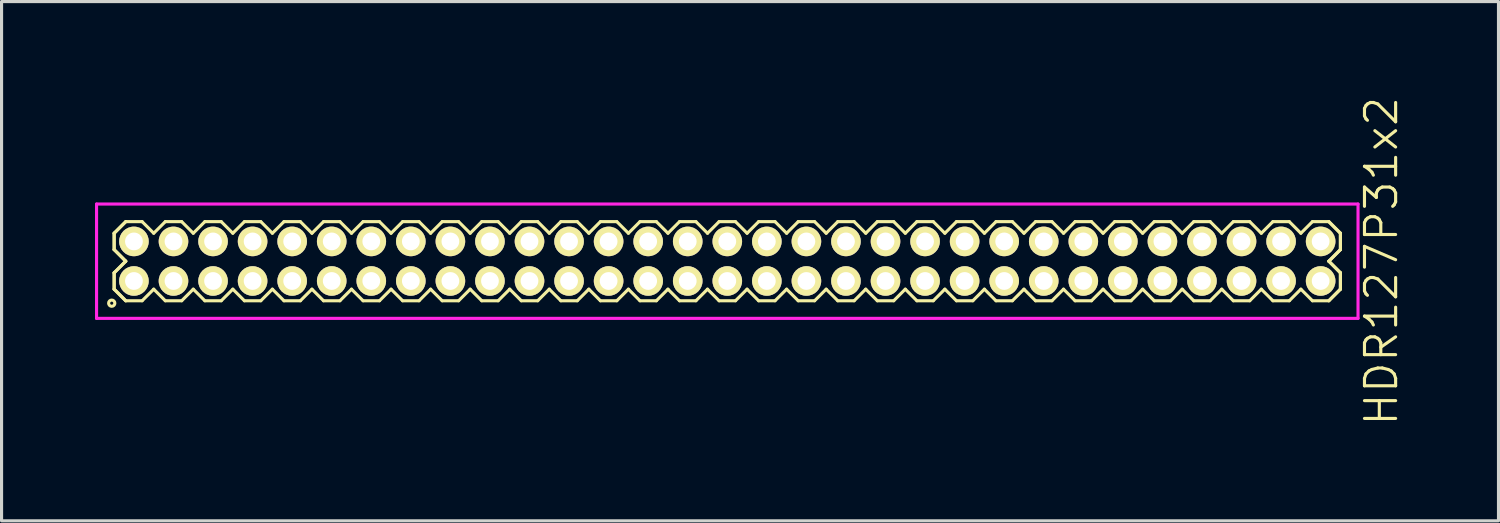
<source format=kicad_pcb>
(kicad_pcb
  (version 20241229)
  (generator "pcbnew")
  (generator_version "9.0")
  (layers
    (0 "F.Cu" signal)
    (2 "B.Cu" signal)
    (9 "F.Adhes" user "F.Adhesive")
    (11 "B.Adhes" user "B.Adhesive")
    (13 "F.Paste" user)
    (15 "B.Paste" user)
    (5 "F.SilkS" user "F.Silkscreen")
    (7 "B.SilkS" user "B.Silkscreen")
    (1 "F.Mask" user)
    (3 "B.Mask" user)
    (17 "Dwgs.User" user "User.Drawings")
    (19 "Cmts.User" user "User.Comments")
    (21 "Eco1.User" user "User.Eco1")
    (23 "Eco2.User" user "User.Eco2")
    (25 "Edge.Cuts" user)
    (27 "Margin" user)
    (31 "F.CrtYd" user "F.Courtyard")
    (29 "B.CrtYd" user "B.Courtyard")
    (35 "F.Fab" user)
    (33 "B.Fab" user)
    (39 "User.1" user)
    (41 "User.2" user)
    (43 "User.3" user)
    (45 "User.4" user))
  (footprint "HDR127P31x2"
    (layer "F.Cu")
    (at 20.3 5.336)
    (property "Reference" "HDR127P31x2" (at 21 0 90) (layer "F.SilkS") (effects (font (size 1 1) (thickness 0.1))))
    (attr through_hole)
    (fp_line (start -19.685 -0.898) (end -19.313 -1.27) (stroke (width 0.1) (type solid)) (layer "F.SilkS"))
    (fp_line (start -19.685 -0.898) (end -19.313 -1.27) (stroke (width 0.1) (type solid)) (layer "F.SilkS"))
    (fp_line (start -19.685 -0.372) (end -19.685 -0.898) (stroke (width 0.1) (type solid)) (layer "F.SilkS"))
    (fp_line (start -19.685 -0.372) (end -19.685 -0.898) (stroke (width 0.1) (type solid)) (layer "F.SilkS"))
    (fp_line (start -19.685 0.372) (end -19.313 0) (stroke (width 0.1) (type solid)) (layer "F.SilkS"))
    (fp_line (start -19.685 0.372) (end -19.313 0) (stroke (width 0.1) (type solid)) (layer "F.SilkS"))
    (fp_line (start -19.685 0.898) (end -19.685 0.372) (stroke (width 0.1) (type solid)) (layer "F.SilkS"))
    (fp_line (start -19.685 0.898) (end -19.685 0.372) (stroke (width 0.1) (type solid)) (layer "F.SilkS"))
    (fp_line (start -19.313 -1.27) (end -18.787 -1.27) (stroke (width 0.1) (type solid)) (layer "F.SilkS"))
    (fp_line (start -19.313 0) (end -19.685 -0.372) (stroke (width 0.1) (type solid)) (layer "F.SilkS"))
    (fp_line (start -19.313 0) (end -19.685 -0.372) (stroke (width 0.1) (type solid)) (layer "F.SilkS"))
    (fp_line (start -19.313 1.27) (end -19.685 0.898) (stroke (width 0.1) (type solid)) (layer "F.SilkS"))
    (fp_line (start -19.313 1.27) (end -19.685 0.898) (stroke (width 0.1) (type solid)) (layer "F.SilkS"))
    (fp_line (start -18.787 -1.27) (end -18.415 -0.898) (stroke (width 0.1) (type solid)) (layer "F.SilkS"))
    (fp_line (start -18.787 1.27) (end -19.313 1.27) (stroke (width 0.1) (type solid)) (layer "F.SilkS"))
    (fp_line (start -18.415 -0.898) (end -18.043 -1.27) (stroke (width 0.1) (type solid)) (layer "F.SilkS"))
    (fp_line (start -18.415 0.898) (end -18.787 1.27) (stroke (width 0.1) (type solid)) (layer "F.SilkS"))
    (fp_line (start -18.043 -1.27) (end -17.517 -1.27) (stroke (width 0.1) (type solid)) (layer "F.SilkS"))
    (fp_line (start -18.043 1.27) (end -18.415 0.898) (stroke (width 0.1) (type solid)) (layer "F.SilkS"))
    (fp_line (start -17.517 -1.27) (end -17.145 -0.898) (stroke (width 0.1) (type solid)) (layer "F.SilkS"))
    (fp_line (start -17.517 1.27) (end -18.043 1.27) (stroke (width 0.1) (type solid)) (layer "F.SilkS"))
    (fp_line (start -17.145 -0.898) (end -16.773 -1.27) (stroke (width 0.1) (type solid)) (layer "F.SilkS"))
    (fp_line (start -17.145 0.898) (end -17.517 1.27) (stroke (width 0.1) (type solid)) (layer "F.SilkS"))
    (fp_line (start -16.773 -1.27) (end -16.247 -1.27) (stroke (width 0.1) (type solid)) (layer "F.SilkS"))
    (fp_line (start -16.773 1.27) (end -17.145 0.898) (stroke (width 0.1) (type solid)) (layer "F.SilkS"))
    (fp_line (start -16.247 -1.27) (end -15.875 -0.898) (stroke (width 0.1) (type solid)) (layer "F.SilkS"))
    (fp_line (start -16.247 1.27) (end -16.773 1.27) (stroke (width 0.1) (type solid)) (layer "F.SilkS"))
    (fp_line (start -15.875 -0.898) (end -15.503 -1.27) (stroke (width 0.1) (type solid)) (layer "F.SilkS"))
    (fp_line (start -15.875 0.898) (end -16.247 1.27) (stroke (width 0.1) (type solid)) (layer "F.SilkS"))
    (fp_line (start -15.503 -1.27) (end -14.977 -1.27) (stroke (width 0.1) (type solid)) (layer "F.SilkS"))
    (fp_line (start -15.503 1.27) (end -15.875 0.898) (stroke (width 0.1) (type solid)) (layer "F.SilkS"))
    (fp_line (start -14.977 -1.27) (end -14.605 -0.898) (stroke (width 0.1) (type solid)) (layer "F.SilkS"))
    (fp_line (start -14.977 1.27) (end -15.503 1.27) (stroke (width 0.1) (type solid)) (layer "F.SilkS"))
    (fp_line (start -14.605 -0.898) (end -14.233 -1.27) (stroke (width 0.1) (type solid)) (layer "F.SilkS"))
    (fp_line (start -14.605 0.898) (end -14.977 1.27) (stroke (width 0.1) (type solid)) (layer "F.SilkS"))
    (fp_line (start -14.233 -1.27) (end -13.707 -1.27) (stroke (width 0.1) (type solid)) (layer "F.SilkS"))
    (fp_line (start -14.233 1.27) (end -14.605 0.898) (stroke (width 0.1) (type solid)) (layer "F.SilkS"))
    (fp_line (start -13.707 -1.27) (end -13.335 -0.898) (stroke (width 0.1) (type solid)) (layer "F.SilkS"))
    (fp_line (start -13.707 1.27) (end -14.233 1.27) (stroke (width 0.1) (type solid)) (layer "F.SilkS"))
    (fp_line (start -13.335 -0.898) (end -12.963 -1.27) (stroke (width 0.1) (type solid)) (layer "F.SilkS"))
    (fp_line (start -13.335 0.898) (end -13.707 1.27) (stroke (width 0.1) (type solid)) (layer "F.SilkS"))
    (fp_line (start -12.963 -1.27) (end -12.437 -1.27) (stroke (width 0.1) (type solid)) (layer "F.SilkS"))
    (fp_line (start -12.963 1.27) (end -13.335 0.898) (stroke (width 0.1) (type solid)) (layer "F.SilkS"))
    (fp_line (start -12.437 -1.27) (end -12.065 -0.898) (stroke (width 0.1) (type solid)) (layer "F.SilkS"))
    (fp_line (start -12.437 1.27) (end -12.963 1.27) (stroke (width 0.1) (type solid)) (layer "F.SilkS"))
    (fp_line (start -12.065 -0.898) (end -11.693 -1.27) (stroke (width 0.1) (type solid)) (layer "F.SilkS"))
    (fp_line (start -12.065 0.898) (end -12.437 1.27) (stroke (width 0.1) (type solid)) (layer "F.SilkS"))
    (fp_line (start -11.693 -1.27) (end -11.167 -1.27) (stroke (width 0.1) (type solid)) (layer "F.SilkS"))
    (fp_line (start -11.693 1.27) (end -12.065 0.898) (stroke (width 0.1) (type solid)) (layer "F.SilkS"))
    (fp_line (start -11.167 -1.27) (end -10.795 -0.898) (stroke (width 0.1) (type solid)) (layer "F.SilkS"))
    (fp_line (start -11.167 1.27) (end -11.693 1.27) (stroke (width 0.1) (type solid)) (layer "F.SilkS"))
    (fp_line (start -10.795 -0.898) (end -10.423 -1.27) (stroke (width 0.1) (type solid)) (layer "F.SilkS"))
    (fp_line (start -10.795 0.898) (end -11.167 1.27) (stroke (width 0.1) (type solid)) (layer "F.SilkS"))
    (fp_line (start -10.423 -1.27) (end -9.897 -1.27) (stroke (width 0.1) (type solid)) (layer "F.SilkS"))
    (fp_line (start -10.423 1.27) (end -10.795 0.898) (stroke (width 0.1) (type solid)) (layer "F.SilkS"))
    (fp_line (start -9.897 -1.27) (end -9.525 -0.898) (stroke (width 0.1) (type solid)) (layer "F.SilkS"))
    (fp_line (start -9.897 1.27) (end -10.423 1.27) (stroke (width 0.1) (type solid)) (layer "F.SilkS"))
    (fp_line (start -9.525 -0.898) (end -9.153 -1.27) (stroke (width 0.1) (type solid)) (layer "F.SilkS"))
    (fp_line (start -9.525 0.898) (end -9.897 1.27) (stroke (width 0.1) (type solid)) (layer "F.SilkS"))
    (fp_line (start -9.153 -1.27) (end -8.627 -1.27) (stroke (width 0.1) (type solid)) (layer "F.SilkS"))
    (fp_line (start -9.153 1.27) (end -9.525 0.898) (stroke (width 0.1) (type solid)) (layer "F.SilkS"))
    (fp_line (start -8.627 -1.27) (end -8.255 -0.898) (stroke (width 0.1) (type solid)) (layer "F.SilkS"))
    (fp_line (start -8.627 1.27) (end -9.153 1.27) (stroke (width 0.1) (type solid)) (layer "F.SilkS"))
    (fp_line (start -8.255 -0.898) (end -7.883 -1.27) (stroke (width 0.1) (type solid)) (layer "F.SilkS"))
    (fp_line (start -8.255 0.898) (end -8.627 1.27) (stroke (width 0.1) (type solid)) (layer "F.SilkS"))
    (fp_line (start -7.883 -1.27) (end -7.357 -1.27) (stroke (width 0.1) (type solid)) (layer "F.SilkS"))
    (fp_line (start -7.883 1.27) (end -8.255 0.898) (stroke (width 0.1) (type solid)) (layer "F.SilkS"))
    (fp_line (start -7.357 -1.27) (end -6.985 -0.898) (stroke (width 0.1) (type solid)) (layer "F.SilkS"))
    (fp_line (start -7.357 1.27) (end -7.883 1.27) (stroke (width 0.1) (type solid)) (layer "F.SilkS"))
    (fp_line (start -6.985 -0.898) (end -6.613 -1.27) (stroke (width 0.1) (type solid)) (layer "F.SilkS"))
    (fp_line (start -6.985 0.898) (end -7.357 1.27) (stroke (width 0.1) (type solid)) (layer "F.SilkS"))
    (fp_line (start -6.613 -1.27) (end -6.087 -1.27) (stroke (width 0.1) (type solid)) (layer "F.SilkS"))
    (fp_line (start -6.613 1.27) (end -6.985 0.898) (stroke (width 0.1) (type solid)) (layer "F.SilkS"))
    (fp_line (start -6.087 -1.27) (end -5.715 -0.898) (stroke (width 0.1) (type solid)) (layer "F.SilkS"))
    (fp_line (start -6.087 1.27) (end -6.613 1.27) (stroke (width 0.1) (type solid)) (layer "F.SilkS"))
    (fp_line (start -5.715 -0.898) (end -5.343 -1.27) (stroke (width 0.1) (type solid)) (layer "F.SilkS"))
    (fp_line (start -5.715 0.898) (end -6.087 1.27) (stroke (width 0.1) (type solid)) (layer "F.SilkS"))
    (fp_line (start -5.343 -1.27) (end -4.817 -1.27) (stroke (width 0.1) (type solid)) (layer "F.SilkS"))
    (fp_line (start -5.343 1.27) (end -5.715 0.898) (stroke (width 0.1) (type solid)) (layer "F.SilkS"))
    (fp_line (start -4.817 -1.27) (end -4.445 -0.898) (stroke (width 0.1) (type solid)) (layer "F.SilkS"))
    (fp_line (start -4.817 1.27) (end -5.343 1.27) (stroke (width 0.1) (type solid)) (layer "F.SilkS"))
    (fp_line (start -4.445 -0.898) (end -4.073 -1.27) (stroke (width 0.1) (type solid)) (layer "F.SilkS"))
    (fp_line (start -4.445 0.898) (end -4.817 1.27) (stroke (width 0.1) (type solid)) (layer "F.SilkS"))
    (fp_line (start -4.073 -1.27) (end -3.547 -1.27) (stroke (width 0.1) (type solid)) (layer "F.SilkS"))
    (fp_line (start -4.073 1.27) (end -4.445 0.898) (stroke (width 0.1) (type solid)) (layer "F.SilkS"))
    (fp_line (start -3.547 -1.27) (end -3.175 -0.898) (stroke (width 0.1) (type solid)) (layer "F.SilkS"))
    (fp_line (start -3.547 1.27) (end -4.073 1.27) (stroke (width 0.1) (type solid)) (layer "F.SilkS"))
    (fp_line (start -3.175 -0.898) (end -2.803 -1.27) (stroke (width 0.1) (type solid)) (layer "F.SilkS"))
    (fp_line (start -3.175 0.898) (end -3.547 1.27) (stroke (width 0.1) (type solid)) (layer "F.SilkS"))
    (fp_line (start -2.803 -1.27) (end -2.277 -1.27) (stroke (width 0.1) (type solid)) (layer "F.SilkS"))
    (fp_line (start -2.803 1.27) (end -3.175 0.898) (stroke (width 0.1) (type solid)) (layer "F.SilkS"))
    (fp_line (start -2.277 -1.27) (end -1.905 -0.898) (stroke (width 0.1) (type solid)) (layer "F.SilkS"))
    (fp_line (start -2.277 1.27) (end -2.803 1.27) (stroke (width 0.1) (type solid)) (layer "F.SilkS"))
    (fp_line (start -1.905 -0.898) (end -1.533 -1.27) (stroke (width 0.1) (type solid)) (layer "F.SilkS"))
    (fp_line (start -1.905 0.898) (end -2.277 1.27) (stroke (width 0.1) (type solid)) (layer "F.SilkS"))
    (fp_line (start -1.533 -1.27) (end -1.007 -1.27) (stroke (width 0.1) (type solid)) (layer "F.SilkS"))
    (fp_line (start -1.533 1.27) (end -1.905 0.898) (stroke (width 0.1) (type solid)) (layer "F.SilkS"))
    (fp_line (start -1.007 -1.27) (end -0.635 -0.898) (stroke (width 0.1) (type solid)) (layer "F.SilkS"))
    (fp_line (start -1.007 1.27) (end -1.533 1.27) (stroke (width 0.1) (type solid)) (layer "F.SilkS"))
    (fp_line (start -0.635 -0.898) (end -0.263 -1.27) (stroke (width 0.1) (type solid)) (layer "F.SilkS"))
    (fp_line (start -0.635 0.898) (end -1.007 1.27) (stroke (width 0.1) (type solid)) (layer "F.SilkS"))
    (fp_line (start -0.263 -1.27) (end 0.263 -1.27) (stroke (width 0.1) (type solid)) (layer "F.SilkS"))
    (fp_line (start -0.263 1.27) (end -0.635 0.898) (stroke (width 0.1) (type solid)) (layer "F.SilkS"))
    (fp_line (start 0.263 -1.27) (end 0.635 -0.898) (stroke (width 0.1) (type solid)) (layer "F.SilkS"))
    (fp_line (start 0.263 1.27) (end -0.263 1.27) (stroke (width 0.1) (type solid)) (layer "F.SilkS"))
    (fp_line (start 0.635 -0.898) (end 1.007 -1.27) (stroke (width 0.1) (type solid)) (layer "F.SilkS"))
    (fp_line (start 0.635 0.898) (end 0.263 1.27) (stroke (width 0.1) (type solid)) (layer "F.SilkS"))
    (fp_line (start 1.007 -1.27) (end 1.533 -1.27) (stroke (width 0.1) (type solid)) (layer "F.SilkS"))
    (fp_line (start 1.007 1.27) (end 0.635 0.898) (stroke (width 0.1) (type solid)) (layer "F.SilkS"))
    (fp_line (start 1.533 -1.27) (end 1.905 -0.898) (stroke (width 0.1) (type solid)) (layer "F.SilkS"))
    (fp_line (start 1.533 1.27) (end 1.007 1.27) (stroke (width 0.1) (type solid)) (layer "F.SilkS"))
    (fp_line (start 1.905 -0.898) (end 2.277 -1.27) (stroke (width 0.1) (type solid)) (layer "F.SilkS"))
    (fp_line (start 1.905 0.898) (end 1.533 1.27) (stroke (width 0.1) (type solid)) (layer "F.SilkS"))
    (fp_line (start 2.277 -1.27) (end 2.803 -1.27) (stroke (width 0.1) (type solid)) (layer "F.SilkS"))
    (fp_line (start 2.277 1.27) (end 1.905 0.898) (stroke (width 0.1) (type solid)) (layer "F.SilkS"))
    (fp_line (start 2.803 -1.27) (end 3.175 -0.898) (stroke (width 0.1) (type solid)) (layer "F.SilkS"))
    (fp_line (start 2.803 1.27) (end 2.277 1.27) (stroke (width 0.1) (type solid)) (layer "F.SilkS"))
    (fp_line (start 3.175 -0.898) (end 3.547 -1.27) (stroke (width 0.1) (type solid)) (layer "F.SilkS"))
    (fp_line (start 3.175 0.898) (end 2.803 1.27) (stroke (width 0.1) (type solid)) (layer "F.SilkS"))
    (fp_line (start 3.547 -1.27) (end 4.073 -1.27) (stroke (width 0.1) (type solid)) (layer "F.SilkS"))
    (fp_line (start 3.547 1.27) (end 3.175 0.898) (stroke (width 0.1) (type solid)) (layer "F.SilkS"))
    (fp_line (start 4.073 -1.27) (end 4.445 -0.898) (stroke (width 0.1) (type solid)) (layer "F.SilkS"))
    (fp_line (start 4.073 1.27) (end 3.547 1.27) (stroke (width 0.1) (type solid)) (layer "F.SilkS"))
    (fp_line (start 4.445 -0.898) (end 4.817 -1.27) (stroke (width 0.1) (type solid)) (layer "F.SilkS"))
    (fp_line (start 4.445 0.898) (end 4.073 1.27) (stroke (width 0.1) (type solid)) (layer "F.SilkS"))
    (fp_line (start 4.817 -1.27) (end 5.343 -1.27) (stroke (width 0.1) (type solid)) (layer "F.SilkS"))
    (fp_line (start 4.817 1.27) (end 4.445 0.898) (stroke (width 0.1) (type solid)) (layer "F.SilkS"))
    (fp_line (start 5.343 -1.27) (end 5.715 -0.898) (stroke (width 0.1) (type solid)) (layer "F.SilkS"))
    (fp_line (start 5.343 1.27) (end 4.817 1.27) (stroke (width 0.1) (type solid)) (layer "F.SilkS"))
    (fp_line (start 5.715 -0.898) (end 6.087 -1.27) (stroke (width 0.1) (type solid)) (layer "F.SilkS"))
    (fp_line (start 5.715 0.898) (end 5.343 1.27) (stroke (width 0.1) (type solid)) (layer "F.SilkS"))
    (fp_line (start 6.087 -1.27) (end 6.613 -1.27) (stroke (width 0.1) (type solid)) (layer "F.SilkS"))
    (fp_line (start 6.087 1.27) (end 5.715 0.898) (stroke (width 0.1) (type solid)) (layer "F.SilkS"))
    (fp_line (start 6.613 -1.27) (end 6.985 -0.898) (stroke (width 0.1) (type solid)) (layer "F.SilkS"))
    (fp_line (start 6.613 1.27) (end 6.087 1.27) (stroke (width 0.1) (type solid)) (layer "F.SilkS"))
    (fp_line (start 6.985 -0.898) (end 7.357 -1.27) (stroke (width 0.1) (type solid)) (layer "F.SilkS"))
    (fp_line (start 6.985 0.898) (end 6.613 1.27) (stroke (width 0.1) (type solid)) (layer "F.SilkS"))
    (fp_line (start 7.357 -1.27) (end 7.883 -1.27) (stroke (width 0.1) (type solid)) (layer "F.SilkS"))
    (fp_line (start 7.357 1.27) (end 6.985 0.898) (stroke (width 0.1) (type solid)) (layer "F.SilkS"))
    (fp_line (start 7.883 -1.27) (end 8.255 -0.898) (stroke (width 0.1) (type solid)) (layer "F.SilkS"))
    (fp_line (start 7.883 1.27) (end 7.357 1.27) (stroke (width 0.1) (type solid)) (layer "F.SilkS"))
    (fp_line (start 8.255 -0.898) (end 8.627 -1.27) (stroke (width 0.1) (type solid)) (layer "F.SilkS"))
    (fp_line (start 8.255 0.898) (end 7.883 1.27) (stroke (width 0.1) (type solid)) (layer "F.SilkS"))
    (fp_line (start 8.627 -1.27) (end 9.153 -1.27) (stroke (width 0.1) (type solid)) (layer "F.SilkS"))
    (fp_line (start 8.627 1.27) (end 8.255 0.898) (stroke (width 0.1) (type solid)) (layer "F.SilkS"))
    (fp_line (start 9.153 -1.27) (end 9.525 -0.898) (stroke (width 0.1) (type solid)) (layer "F.SilkS"))
    (fp_line (start 9.153 1.27) (end 8.627 1.27) (stroke (width 0.1) (type solid)) (layer "F.SilkS"))
    (fp_line (start 9.525 -0.898) (end 9.897 -1.27) (stroke (width 0.1) (type solid)) (layer "F.SilkS"))
    (fp_line (start 9.525 0.898) (end 9.153 1.27) (stroke (width 0.1) (type solid)) (layer "F.SilkS"))
    (fp_line (start 9.897 -1.27) (end 10.423 -1.27) (stroke (width 0.1) (type solid)) (layer "F.SilkS"))
    (fp_line (start 9.897 1.27) (end 9.525 0.898) (stroke (width 0.1) (type solid)) (layer "F.SilkS"))
    (fp_line (start 10.423 -1.27) (end 10.795 -0.898) (stroke (width 0.1) (type solid)) (layer "F.SilkS"))
    (fp_line (start 10.423 1.27) (end 9.897 1.27) (stroke (width 0.1) (type solid)) (layer "F.SilkS"))
    (fp_line (start 10.795 -0.898) (end 11.167 -1.27) (stroke (width 0.1) (type solid)) (layer "F.SilkS"))
    (fp_line (start 10.795 0.898) (end 10.423 1.27) (stroke (width 0.1) (type solid)) (layer "F.SilkS"))
    (fp_line (start 11.167 -1.27) (end 11.693 -1.27) (stroke (width 0.1) (type solid)) (layer "F.SilkS"))
    (fp_line (start 11.167 1.27) (end 10.795 0.898) (stroke (width 0.1) (type solid)) (layer "F.SilkS"))
    (fp_line (start 11.693 -1.27) (end 12.065 -0.898) (stroke (width 0.1) (type solid)) (layer "F.SilkS"))
    (fp_line (start 11.693 1.27) (end 11.167 1.27) (stroke (width 0.1) (type solid)) (layer "F.SilkS"))
    (fp_line (start 12.065 -0.898) (end 12.437 -1.27) (stroke (width 0.1) (type solid)) (layer "F.SilkS"))
    (fp_line (start 12.065 0.898) (end 11.693 1.27) (stroke (width 0.1) (type solid)) (layer "F.SilkS"))
    (fp_line (start 12.437 -1.27) (end 12.963 -1.27) (stroke (width 0.1) (type solid)) (layer "F.SilkS"))
    (fp_line (start 12.437 1.27) (end 12.065 0.898) (stroke (width 0.1) (type solid)) (layer "F.SilkS"))
    (fp_line (start 12.963 -1.27) (end 13.335 -0.898) (stroke (width 0.1) (type solid)) (layer "F.SilkS"))
    (fp_line (start 12.963 1.27) (end 12.437 1.27) (stroke (width 0.1) (type solid)) (layer "F.SilkS"))
    (fp_line (start 13.335 -0.898) (end 13.707 -1.27) (stroke (width 0.1) (type solid)) (layer "F.SilkS"))
    (fp_line (start 13.335 0.898) (end 12.963 1.27) (stroke (width 0.1) (type solid)) (layer "F.SilkS"))
    (fp_line (start 13.707 -1.27) (end 14.233 -1.27) (stroke (width 0.1) (type solid)) (layer "F.SilkS"))
    (fp_line (start 13.707 1.27) (end 13.335 0.898) (stroke (width 0.1) (type solid)) (layer "F.SilkS"))
    (fp_line (start 14.233 -1.27) (end 14.605 -0.898) (stroke (width 0.1) (type solid)) (layer "F.SilkS"))
    (fp_line (start 14.233 1.27) (end 13.707 1.27) (stroke (width 0.1) (type solid)) (layer "F.SilkS"))
    (fp_line (start 14.605 -0.898) (end 14.977 -1.27) (stroke (width 0.1) (type solid)) (layer "F.SilkS"))
    (fp_line (start 14.605 0.898) (end 14.233 1.27) (stroke (width 0.1) (type solid)) (layer "F.SilkS"))
    (fp_line (start 14.977 -1.27) (end 15.503 -1.27) (stroke (width 0.1) (type solid)) (layer "F.SilkS"))
    (fp_line (start 14.977 1.27) (end 14.605 0.898) (stroke (width 0.1) (type solid)) (layer "F.SilkS"))
    (fp_line (start 15.503 -1.27) (end 15.875 -0.898) (stroke (width 0.1) (type solid)) (layer "F.SilkS"))
    (fp_line (start 15.503 1.27) (end 14.977 1.27) (stroke (width 0.1) (type solid)) (layer "F.SilkS"))
    (fp_line (start 15.875 -0.898) (end 16.247 -1.27) (stroke (width 0.1) (type solid)) (layer "F.SilkS"))
    (fp_line (start 15.875 0.898) (end 15.503 1.27) (stroke (width 0.1) (type solid)) (layer "F.SilkS"))
    (fp_line (start 16.247 -1.27) (end 16.773 -1.27) (stroke (width 0.1) (type solid)) (layer "F.SilkS"))
    (fp_line (start 16.247 1.27) (end 15.875 0.898) (stroke (width 0.1) (type solid)) (layer "F.SilkS"))
    (fp_line (start 16.773 -1.27) (end 17.145 -0.898) (stroke (width 0.1) (type solid)) (layer "F.SilkS"))
    (fp_line (start 16.773 1.27) (end 16.247 1.27) (stroke (width 0.1) (type solid)) (layer "F.SilkS"))
    (fp_line (start 17.145 -0.898) (end 17.517 -1.27) (stroke (width 0.1) (type solid)) (layer "F.SilkS"))
    (fp_line (start 17.145 0.898) (end 16.773 1.27) (stroke (width 0.1) (type solid)) (layer "F.SilkS"))
    (fp_line (start 17.517 -1.27) (end 18.043 -1.27) (stroke (width 0.1) (type solid)) (layer "F.SilkS"))
    (fp_line (start 17.517 1.27) (end 17.145 0.898) (stroke (width 0.1) (type solid)) (layer "F.SilkS"))
    (fp_line (start 18.043 -1.27) (end 18.415 -0.898) (stroke (width 0.1) (type solid)) (layer "F.SilkS"))
    (fp_line (start 18.043 1.27) (end 17.517 1.27) (stroke (width 0.1) (type solid)) (layer "F.SilkS"))
    (fp_line (start 18.415 -0.898) (end 18.787 -1.27) (stroke (width 0.1) (type solid)) (layer "F.SilkS"))
    (fp_line (start 18.415 0.898) (end 18.043 1.27) (stroke (width 0.1) (type solid)) (layer "F.SilkS"))
    (fp_line (start 18.787 -1.27) (end 19.313 -1.27) (stroke (width 0.1) (type solid)) (layer "F.SilkS"))
    (fp_line (start 18.787 1.27) (end 18.415 0.898) (stroke (width 0.1) (type solid)) (layer "F.SilkS"))
    (fp_line (start 19.313 -1.27) (end 19.685 -0.898) (stroke (width 0.1) (type solid)) (layer "F.SilkS"))
    (fp_line (start 19.313 -1.27) (end 19.685 -0.898) (stroke (width 0.1) (type solid)) (layer "F.SilkS"))
    (fp_line (start 19.313 0) (end 19.685 0.372) (stroke (width 0.1) (type solid)) (layer "F.SilkS"))
    (fp_line (start 19.313 0) (end 19.685 0.372) (stroke (width 0.1) (type solid)) (layer "F.SilkS"))
    (fp_line (start 19.313 1.27) (end 18.787 1.27) (stroke (width 0.1) (type solid)) (layer "F.SilkS"))
    (fp_line (start 19.685 -0.898) (end 19.685 -0.372) (stroke (width 0.1) (type solid)) (layer "F.SilkS"))
    (fp_line (start 19.685 -0.898) (end 19.685 -0.372) (stroke (width 0.1) (type solid)) (layer "F.SilkS"))
    (fp_line (start 19.685 -0.372) (end 19.313 0) (stroke (width 0.1) (type solid)) (layer "F.SilkS"))
    (fp_line (start 19.685 -0.372) (end 19.313 0) (stroke (width 0.1) (type solid)) (layer "F.SilkS"))
    (fp_line (start 19.685 0.372) (end 19.685 0.898) (stroke (width 0.1) (type solid)) (layer "F.SilkS"))
    (fp_line (start 19.685 0.372) (end 19.685 0.898) (stroke (width 0.1) (type solid)) (layer "F.SilkS"))
    (fp_line (start 19.685 0.898) (end 19.313 1.27) (stroke (width 0.1) (type solid)) (layer "F.SilkS"))
    (fp_line (start 19.685 0.898) (end 19.313 1.27) (stroke (width 0.1) (type solid)) (layer "F.SilkS"))
    (fp_circle (center -19.763 1.348) (end -19.663 1.348) (stroke (width 0.1) (type solid)) (fill no) (layer "F.SilkS"))
    (fp_line (start -20.25 -1.835) (end -20.25 1.835) (stroke (width 0.1) (type solid)) (layer "F.CrtYd"))
    (fp_line (start -20.25 1.835) (end 20.25 1.835) (stroke (width 0.1) (type solid)) (layer "F.CrtYd"))
    (fp_line (start 20.25 -1.835) (end -20.25 -1.835) (stroke (width 0.1) (type solid)) (layer "F.CrtYd"))
    (fp_line (start 20.25 1.835) (end 20.25 -1.835) (stroke (width 0.1) (type solid)) (layer "F.CrtYd"))
    (pad "1" thru_hole oval (at -19.05 0.635) (size 0.95 0.95) (drill 0.57) (layers "*.Cu" "*.Mask" "F.SilkS"))
    (pad "2" thru_hole oval (at -19.05 -0.635) (size 0.95 0.95) (drill 0.57) (layers "*.Cu" "*.Mask" "F.SilkS"))
    (pad "3" thru_hole oval (at -17.78 0.635) (size 0.95 0.95) (drill 0.57) (layers "*.Cu" "*.Mask" "F.SilkS"))
    (pad "4" thru_hole oval (at -17.78 -0.635) (size 0.95 0.95) (drill 0.57) (layers "*.Cu" "*.Mask" "F.SilkS"))
    (pad "5" thru_hole oval (at -16.51 0.635) (size 0.95 0.95) (drill 0.57) (layers "*.Cu" "*.Mask" "F.SilkS"))
    (pad "6" thru_hole oval (at -16.51 -0.635) (size 0.95 0.95) (drill 0.57) (layers "*.Cu" "*.Mask" "F.SilkS"))
    (pad "7" thru_hole oval (at -15.24 0.635) (size 0.95 0.95) (drill 0.57) (layers "*.Cu" "*.Mask" "F.SilkS"))
    (pad "8" thru_hole oval (at -15.24 -0.635) (size 0.95 0.95) (drill 0.57) (layers "*.Cu" "*.Mask" "F.SilkS"))
    (pad "9" thru_hole oval (at -13.97 0.635) (size 0.95 0.95) (drill 0.57) (layers "*.Cu" "*.Mask" "F.SilkS"))
    (pad "10" thru_hole oval (at -13.97 -0.635) (size 0.95 0.95) (drill 0.57) (layers "*.Cu" "*.Mask" "F.SilkS"))
    (pad "11" thru_hole oval (at -12.7 0.635) (size 0.95 0.95) (drill 0.57) (layers "*.Cu" "*.Mask" "F.SilkS"))
    (pad "12" thru_hole oval (at -12.7 -0.635) (size 0.95 0.95) (drill 0.57) (layers "*.Cu" "*.Mask" "F.SilkS"))
    (pad "13" thru_hole oval (at -11.43 0.635) (size 0.95 0.95) (drill 0.57) (layers "*.Cu" "*.Mask" "F.SilkS"))
    (pad "14" thru_hole oval (at -11.43 -0.635) (size 0.95 0.95) (drill 0.57) (layers "*.Cu" "*.Mask" "F.SilkS"))
    (pad "15" thru_hole oval (at -10.16 0.635) (size 0.95 0.95) (drill 0.57) (layers "*.Cu" "*.Mask" "F.SilkS"))
    (pad "16" thru_hole oval (at -10.16 -0.635) (size 0.95 0.95) (drill 0.57) (layers "*.Cu" "*.Mask" "F.SilkS"))
    (pad "17" thru_hole oval (at -8.89 0.635) (size 0.95 0.95) (drill 0.57) (layers "*.Cu" "*.Mask" "F.SilkS"))
    (pad "18" thru_hole oval (at -8.89 -0.635) (size 0.95 0.95) (drill 0.57) (layers "*.Cu" "*.Mask" "F.SilkS"))
    (pad "19" thru_hole oval (at -7.62 0.635) (size 0.95 0.95) (drill 0.57) (layers "*.Cu" "*.Mask" "F.SilkS"))
    (pad "20" thru_hole oval (at -7.62 -0.635) (size 0.95 0.95) (drill 0.57) (layers "*.Cu" "*.Mask" "F.SilkS"))
    (pad "21" thru_hole oval (at -6.35 0.635) (size 0.95 0.95) (drill 0.57) (layers "*.Cu" "*.Mask" "F.SilkS"))
    (pad "22" thru_hole oval (at -6.35 -0.635) (size 0.95 0.95) (drill 0.57) (layers "*.Cu" "*.Mask" "F.SilkS"))
    (pad "23" thru_hole oval (at -5.08 0.635) (size 0.95 0.95) (drill 0.57) (layers "*.Cu" "*.Mask" "F.SilkS"))
    (pad "24" thru_hole oval (at -5.08 -0.635) (size 0.95 0.95) (drill 0.57) (layers "*.Cu" "*.Mask" "F.SilkS"))
    (pad "25" thru_hole oval (at -3.81 0.635) (size 0.95 0.95) (drill 0.57) (layers "*.Cu" "*.Mask" "F.SilkS"))
    (pad "26" thru_hole oval (at -3.81 -0.635) (size 0.95 0.95) (drill 0.57) (layers "*.Cu" "*.Mask" "F.SilkS"))
    (pad "27" thru_hole oval (at -2.54 0.635) (size 0.95 0.95) (drill 0.57) (layers "*.Cu" "*.Mask" "F.SilkS"))
    (pad "28" thru_hole oval (at -2.54 -0.635) (size 0.95 0.95) (drill 0.57) (layers "*.Cu" "*.Mask" "F.SilkS"))
    (pad "29" thru_hole oval (at -1.27 0.635) (size 0.95 0.95) (drill 0.57) (layers "*.Cu" "*.Mask" "F.SilkS"))
    (pad "30" thru_hole oval (at -1.27 -0.635) (size 0.95 0.95) (drill 0.57) (layers "*.Cu" "*.Mask" "F.SilkS"))
    (pad "31" thru_hole oval (at 0 0.635) (size 0.95 0.95) (drill 0.57) (layers "*.Cu" "*.Mask" "F.SilkS"))
    (pad "32" thru_hole oval (at 0 -0.635) (size 0.95 0.95) (drill 0.57) (layers "*.Cu" "*.Mask" "F.SilkS"))
    (pad "33" thru_hole oval (at 1.27 0.635) (size 0.95 0.95) (drill 0.57) (layers "*.Cu" "*.Mask" "F.SilkS"))
    (pad "34" thru_hole oval (at 1.27 -0.635) (size 0.95 0.95) (drill 0.57) (layers "*.Cu" "*.Mask" "F.SilkS"))
    (pad "35" thru_hole oval (at 2.54 0.635) (size 0.95 0.95) (drill 0.57) (layers "*.Cu" "*.Mask" "F.SilkS"))
    (pad "36" thru_hole oval (at 2.54 -0.635) (size 0.95 0.95) (drill 0.57) (layers "*.Cu" "*.Mask" "F.SilkS"))
    (pad "37" thru_hole oval (at 3.81 0.635) (size 0.95 0.95) (drill 0.57) (layers "*.Cu" "*.Mask" "F.SilkS"))
    (pad "38" thru_hole oval (at 3.81 -0.635) (size 0.95 0.95) (drill 0.57) (layers "*.Cu" "*.Mask" "F.SilkS"))
    (pad "39" thru_hole oval (at 5.08 0.635) (size 0.95 0.95) (drill 0.57) (layers "*.Cu" "*.Mask" "F.SilkS"))
    (pad "40" thru_hole oval (at 5.08 -0.635) (size 0.95 0.95) (drill 0.57) (layers "*.Cu" "*.Mask" "F.SilkS"))
    (pad "41" thru_hole oval (at 6.35 0.635) (size 0.95 0.95) (drill 0.57) (layers "*.Cu" "*.Mask" "F.SilkS"))
    (pad "42" thru_hole oval (at 6.35 -0.635) (size 0.95 0.95) (drill 0.57) (layers "*.Cu" "*.Mask" "F.SilkS"))
    (pad "43" thru_hole oval (at 7.62 0.635) (size 0.95 0.95) (drill 0.57) (layers "*.Cu" "*.Mask" "F.SilkS"))
    (pad "44" thru_hole oval (at 7.62 -0.635) (size 0.95 0.95) (drill 0.57) (layers "*.Cu" "*.Mask" "F.SilkS"))
    (pad "45" thru_hole oval (at 8.89 0.635) (size 0.95 0.95) (drill 0.57) (layers "*.Cu" "*.Mask" "F.SilkS"))
    (pad "46" thru_hole oval (at 8.89 -0.635) (size 0.95 0.95) (drill 0.57) (layers "*.Cu" "*.Mask" "F.SilkS"))
    (pad "47" thru_hole oval (at 10.16 0.635) (size 0.95 0.95) (drill 0.57) (layers "*.Cu" "*.Mask" "F.SilkS"))
    (pad "48" thru_hole oval (at 10.16 -0.635) (size 0.95 0.95) (drill 0.57) (layers "*.Cu" "*.Mask" "F.SilkS"))
    (pad "49" thru_hole oval (at 11.43 0.635) (size 0.95 0.95) (drill 0.57) (layers "*.Cu" "*.Mask" "F.SilkS"))
    (pad "50" thru_hole oval (at 11.43 -0.635) (size 0.95 0.95) (drill 0.57) (layers "*.Cu" "*.Mask" "F.SilkS"))
    (pad "51" thru_hole oval (at 12.7 0.635) (size 0.95 0.95) (drill 0.57) (layers "*.Cu" "*.Mask" "F.SilkS"))
    (pad "52" thru_hole oval (at 12.7 -0.635) (size 0.95 0.95) (drill 0.57) (layers "*.Cu" "*.Mask" "F.SilkS"))
    (pad "53" thru_hole oval (at 13.97 0.635) (size 0.95 0.95) (drill 0.57) (layers "*.Cu" "*.Mask" "F.SilkS"))
    (pad "54" thru_hole oval (at 13.97 -0.635) (size 0.95 0.95) (drill 0.57) (layers "*.Cu" "*.Mask" "F.SilkS"))
    (pad "55" thru_hole oval (at 15.24 0.635) (size 0.95 0.95) (drill 0.57) (layers "*.Cu" "*.Mask" "F.SilkS"))
    (pad "56" thru_hole oval (at 15.24 -0.635) (size 0.95 0.95) (drill 0.57) (layers "*.Cu" "*.Mask" "F.SilkS"))
    (pad "57" thru_hole oval (at 16.51 0.635) (size 0.95 0.95) (drill 0.57) (layers "*.Cu" "*.Mask" "F.SilkS"))
    (pad "58" thru_hole oval (at 16.51 -0.635) (size 0.95 0.95) (drill 0.57) (layers "*.Cu" "*.Mask" "F.SilkS"))
    (pad "59" thru_hole oval (at 17.78 0.635) (size 0.95 0.95) (drill 0.57) (layers "*.Cu" "*.Mask" "F.SilkS"))
    (pad "60" thru_hole oval (at 17.78 -0.635) (size 0.95 0.95) (drill 0.57) (layers "*.Cu" "*.Mask" "F.SilkS"))
    (pad "61" thru_hole oval (at 19.05 0.635) (size 0.95 0.95) (drill 0.57) (layers "*.Cu" "*.Mask" "F.SilkS"))
    (pad "62" thru_hole oval (at 19.05 -0.635) (size 0.95 0.95) (drill 0.57) (layers "*.Cu" "*.Mask" "F.SilkS")))
  (gr_rect
    (start -3 -3)
    (end 45.06 13.671)
    (stroke (width 0.1) (type default))
    (fill no)
    (layer "Edge.Cuts")))
</source>
